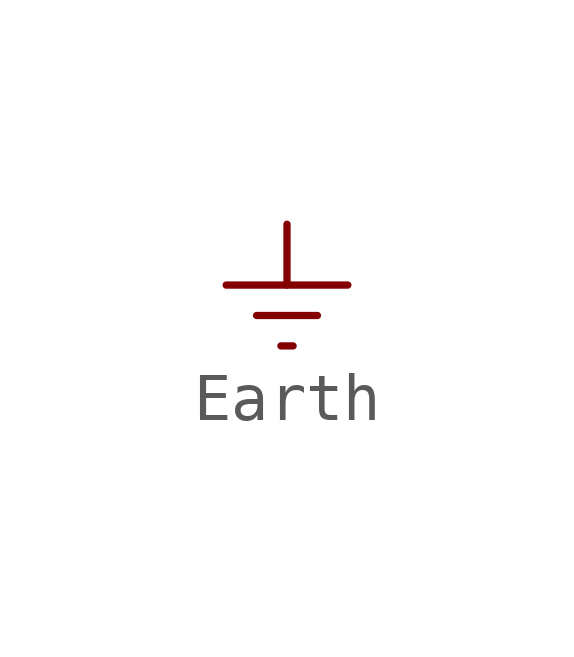
<source format=kicad_sym>
(kicad_symbol_lib
  (version 20241209)
  (generator "kicad_symbol_editor")
  (generator_version "9.0")
  (symbol "Earth"
    (power)
    (pin_numbers
      (hide yes))
    (pin_names
      (offset 0)
      (hide yes))
    (property "Reference" "#PWR"
      (at 0 -10.16 0)
      (effects (font (size 1.27 1.27)) (hide yes)))
    (symbol "Earth_0_1"
      (polyline (pts (xy -0.635 -1.905) (xy 0.635 -1.905)) (stroke (width 0) (type default)) (fill (type none)))
      (polyline (pts (xy -0.127 -2.54) (xy 0.127 -2.54)) (stroke (width 0) (type default)) (fill (type none)))
      (polyline (pts (xy 1.27 -1.27) (xy -1.27 -1.27)) (stroke (width 0) (type default)) (fill (type none))))
    (symbol "Earth_1_1"
      (pin power_in line (at 0 0 270) (length 1.27) (name "~" (effects (font (size 1.27 1.27)))) (number "1" (effects (font (size 1.27 1.27))))))))
</source>
